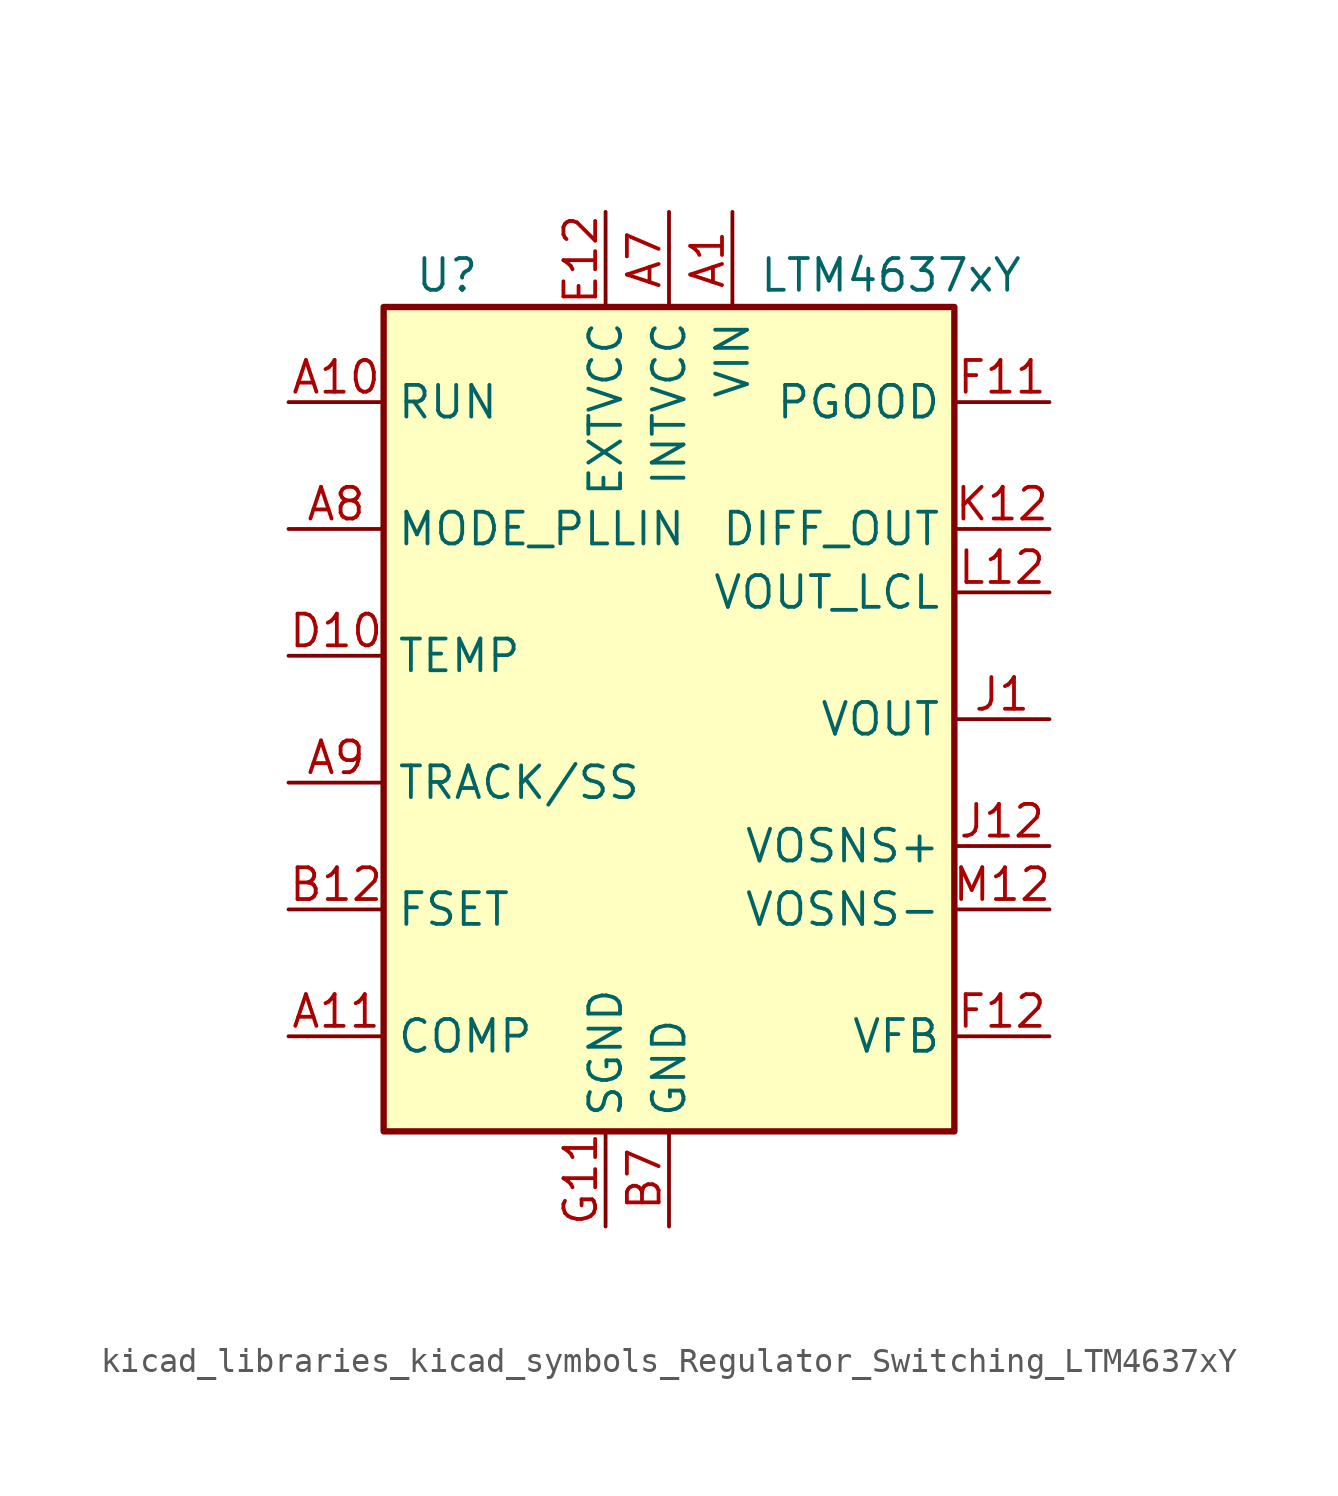
<source format=kicad_sym>
(kicad_symbol_lib
  (version 20220914)
  (generator kicad_symbol_editor)
  (symbol "kicad_libraries_kicad_symbols_Regulator_Switching_LTM4637xY"
    (property "Reference" "U"
      (at -8.89 17.78 0)
      (effects (font (size 1.27 1.27))))
    (property "Value" "LTM4637xY"
      (at 8.89 17.78 0)
      (effects (font (size 1.27 1.27))))
    (symbol "kicad_libraries_kicad_symbols_Regulator_Switching_LTM4637xY_0_1"
      (rectangle (start 11.43 16.51) (end -11.43 -16.51) (stroke (width 0.254) (type default)) (fill (type background))))
    (symbol "kicad_libraries_kicad_symbols_Regulator_Switching_LTM4637xY_1_1"
      (pin power_in line (at 2.54 20.32 270) (length 3.81) (name "VIN" (effects (font (size 1.27 1.27)))) (number "A1" (effects (font (size 1.27 1.27)))))
      (pin input line (at -15.24 12.7 0) (length 3.81) (name "RUN" (effects (font (size 1.27 1.27)))) (number "A10" (effects (font (size 1.27 1.27)))))
      (pin passive line (at -15.24 -12.7 0) (length 3.81) (name "COMP" (effects (font (size 1.27 1.27)))) (number "A11" (effects (font (size 1.27 1.27)))))
      (pin no_connect line (at -10.16 -15.24 90) (length 2.54) hide (name "MTP1" (effects (font (size 1.27 1.27)))) (number "A12" (effects (font (size 1.27 1.27)))))
      (pin passive line (at 2.54 20.32 270) (length 3.81) hide (name "VIN" (effects (font (size 1.27 1.27)))) (number "A2" (effects (font (size 1.27 1.27)))))
      (pin passive line (at 2.54 20.32 270) (length 3.81) hide (name "VIN" (effects (font (size 1.27 1.27)))) (number "A3" (effects (font (size 1.27 1.27)))))
      (pin passive line (at 2.54 20.32 270) (length 3.81) hide (name "VIN" (effects (font (size 1.27 1.27)))) (number "A4" (effects (font (size 1.27 1.27)))))
      (pin passive line (at 2.54 20.32 270) (length 3.81) hide (name "VIN" (effects (font (size 1.27 1.27)))) (number "A5" (effects (font (size 1.27 1.27)))))
      (pin passive line (at 2.54 20.32 270) (length 3.81) hide (name "VIN" (effects (font (size 1.27 1.27)))) (number "A6" (effects (font (size 1.27 1.27)))))
      (pin power_out line (at 0 20.32 270) (length 3.81) (name "INTVCC" (effects (font (size 1.27 1.27)))) (number "A7" (effects (font (size 1.27 1.27)))))
      (pin input line (at -15.24 7.62 0) (length 3.81) (name "MODE_PLLIN" (effects (font (size 1.27 1.27)))) (number "A8" (effects (font (size 1.27 1.27)))))
      (pin passive line (at -15.24 -2.54 0) (length 3.81) (name "TRACK/SS" (effects (font (size 1.27 1.27)))) (number "A9" (effects (font (size 1.27 1.27)))))
      (pin passive line (at 2.54 20.32 270) (length 3.81) hide (name "VIN" (effects (font (size 1.27 1.27)))) (number "B1" (effects (font (size 1.27 1.27)))))
      (pin no_connect line (at -7.62 -15.24 90) (length 2.54) hide (name "MTP2" (effects (font (size 1.27 1.27)))) (number "B11" (effects (font (size 1.27 1.27)))))
      (pin passive line (at -15.24 -7.62 0) (length 3.81) (name "FSET" (effects (font (size 1.27 1.27)))) (number "B12" (effects (font (size 1.27 1.27)))))
      (pin passive line (at 2.54 20.32 270) (length 3.81) hide (name "VIN" (effects (font (size 1.27 1.27)))) (number "B2" (effects (font (size 1.27 1.27)))))
      (pin passive line (at 2.54 20.32 270) (length 3.81) hide (name "VIN" (effects (font (size 1.27 1.27)))) (number "B3" (effects (font (size 1.27 1.27)))))
      (pin passive line (at 2.54 20.32 270) (length 3.81) hide (name "VIN" (effects (font (size 1.27 1.27)))) (number "B4" (effects (font (size 1.27 1.27)))))
      (pin passive line (at 2.54 20.32 270) (length 3.81) hide (name "VIN" (effects (font (size 1.27 1.27)))) (number "B5" (effects (font (size 1.27 1.27)))))
      (pin passive line (at 2.54 20.32 270) (length 3.81) hide (name "VIN" (effects (font (size 1.27 1.27)))) (number "B6" (effects (font (size 1.27 1.27)))))
      (pin power_in line (at 0 -20.32 90) (length 3.81) (name "GND" (effects (font (size 1.27 1.27)))) (number "B7" (effects (font (size 1.27 1.27)))))
      (pin passive line (at 0 -20.32 90) (length 3.81) hide (name "GND" (effects (font (size 1.27 1.27)))) (number "B9" (effects (font (size 1.27 1.27)))))
      (pin passive line (at 2.54 20.32 270) (length 3.81) hide (name "VIN" (effects (font (size 1.27 1.27)))) (number "C1" (effects (font (size 1.27 1.27)))))
      (pin no_connect line (at -5.08 -15.24 90) (length 2.54) hide (name "MTP3" (effects (font (size 1.27 1.27)))) (number "C10" (effects (font (size 1.27 1.27)))))
      (pin no_connect line (at 2.54 -15.24 90) (length 2.54) hide (name "MTP4" (effects (font (size 1.27 1.27)))) (number "C11" (effects (font (size 1.27 1.27)))))
      (pin no_connect line (at 5.08 -15.24 90) (length 2.54) hide (name "MTP5" (effects (font (size 1.27 1.27)))) (number "C12" (effects (font (size 1.27 1.27)))))
      (pin passive line (at 2.54 20.32 270) (length 3.81) hide (name "VIN" (effects (font (size 1.27 1.27)))) (number "C2" (effects (font (size 1.27 1.27)))))
      (pin passive line (at 2.54 20.32 270) (length 3.81) hide (name "VIN" (effects (font (size 1.27 1.27)))) (number "C3" (effects (font (size 1.27 1.27)))))
      (pin passive line (at 2.54 20.32 270) (length 3.81) hide (name "VIN" (effects (font (size 1.27 1.27)))) (number "C4" (effects (font (size 1.27 1.27)))))
      (pin passive line (at 2.54 20.32 270) (length 3.81) hide (name "VIN" (effects (font (size 1.27 1.27)))) (number "C5" (effects (font (size 1.27 1.27)))))
      (pin passive line (at 2.54 20.32 270) (length 3.81) hide (name "VIN" (effects (font (size 1.27 1.27)))) (number "C6" (effects (font (size 1.27 1.27)))))
      (pin passive line (at 0 -20.32 90) (length 3.81) hide (name "GND" (effects (font (size 1.27 1.27)))) (number "C7" (effects (font (size 1.27 1.27)))))
      (pin passive line (at 0 -20.32 90) (length 3.81) hide (name "GND" (effects (font (size 1.27 1.27)))) (number "C9" (effects (font (size 1.27 1.27)))))
      (pin passive line (at 0 -20.32 90) (length 3.81) hide (name "GND" (effects (font (size 1.27 1.27)))) (number "D1" (effects (font (size 1.27 1.27)))))
      (pin passive line (at -15.24 2.54 0) (length 3.81) (name "TEMP" (effects (font (size 1.27 1.27)))) (number "D10" (effects (font (size 1.27 1.27)))))
      (pin no_connect line (at 7.62 -15.24 90) (length 2.54) hide (name "MTP6" (effects (font (size 1.27 1.27)))) (number "D11" (effects (font (size 1.27 1.27)))))
      (pin no_connect line (at 10.16 -15.24 90) (length 2.54) hide (name "MTP7" (effects (font (size 1.27 1.27)))) (number "D12" (effects (font (size 1.27 1.27)))))
      (pin passive line (at 0 -20.32 90) (length 3.81) hide (name "GND" (effects (font (size 1.27 1.27)))) (number "D2" (effects (font (size 1.27 1.27)))))
      (pin passive line (at 0 -20.32 90) (length 3.81) hide (name "GND" (effects (font (size 1.27 1.27)))) (number "D3" (effects (font (size 1.27 1.27)))))
      (pin passive line (at 0 -20.32 90) (length 3.81) hide (name "GND" (effects (font (size 1.27 1.27)))) (number "D4" (effects (font (size 1.27 1.27)))))
      (pin passive line (at 0 -20.32 90) (length 3.81) hide (name "GND" (effects (font (size 1.27 1.27)))) (number "D5" (effects (font (size 1.27 1.27)))))
      (pin passive line (at 0 -20.32 90) (length 3.81) hide (name "GND" (effects (font (size 1.27 1.27)))) (number "D6" (effects (font (size 1.27 1.27)))))
      (pin passive line (at 0 -20.32 90) (length 3.81) hide (name "GND" (effects (font (size 1.27 1.27)))) (number "D8" (effects (font (size 1.27 1.27)))))
      (pin passive line (at 0 20.32 270) (length 3.81) hide (name "INTVCC" (effects (font (size 1.27 1.27)))) (number "D9" (effects (font (size 1.27 1.27)))))
      (pin passive line (at 0 -20.32 90) (length 3.81) hide (name "GND" (effects (font (size 1.27 1.27)))) (number "E1" (effects (font (size 1.27 1.27)))))
      (pin power_in line (at -2.54 20.32 270) (length 3.81) (name "EXTVCC" (effects (font (size 1.27 1.27)))) (number "E12" (effects (font (size 1.27 1.27)))))
      (pin passive line (at 0 -20.32 90) (length 3.81) hide (name "GND" (effects (font (size 1.27 1.27)))) (number "E2" (effects (font (size 1.27 1.27)))))
      (pin passive line (at 0 -20.32 90) (length 3.81) hide (name "GND" (effects (font (size 1.27 1.27)))) (number "E3" (effects (font (size 1.27 1.27)))))
      (pin passive line (at 0 -20.32 90) (length 3.81) hide (name "GND" (effects (font (size 1.27 1.27)))) (number "E4" (effects (font (size 1.27 1.27)))))
      (pin passive line (at 0 -20.32 90) (length 3.81) hide (name "GND" (effects (font (size 1.27 1.27)))) (number "E5" (effects (font (size 1.27 1.27)))))
      (pin passive line (at 0 -20.32 90) (length 3.81) hide (name "GND" (effects (font (size 1.27 1.27)))) (number "E6" (effects (font (size 1.27 1.27)))))
      (pin passive line (at 0 -20.32 90) (length 3.81) hide (name "GND" (effects (font (size 1.27 1.27)))) (number "E7" (effects (font (size 1.27 1.27)))))
      (pin passive line (at 0 -20.32 90) (length 3.81) hide (name "GND" (effects (font (size 1.27 1.27)))) (number "E9" (effects (font (size 1.27 1.27)))))
      (pin passive line (at 0 -20.32 90) (length 3.81) hide (name "GND" (effects (font (size 1.27 1.27)))) (number "F1" (effects (font (size 1.27 1.27)))))
      (pin open_collector line (at 15.24 12.7 180) (length 3.81) (name "PGOOD" (effects (font (size 1.27 1.27)))) (number "F11" (effects (font (size 1.27 1.27)))))
      (pin input line (at 15.24 -12.7 180) (length 3.81) (name "VFB" (effects (font (size 1.27 1.27)))) (number "F12" (effects (font (size 1.27 1.27)))))
      (pin passive line (at 0 -20.32 90) (length 3.81) hide (name "GND" (effects (font (size 1.27 1.27)))) (number "F2" (effects (font (size 1.27 1.27)))))
      (pin passive line (at 0 -20.32 90) (length 3.81) hide (name "GND" (effects (font (size 1.27 1.27)))) (number "F3" (effects (font (size 1.27 1.27)))))
      (pin passive line (at 0 -20.32 90) (length 3.81) hide (name "GND" (effects (font (size 1.27 1.27)))) (number "F4" (effects (font (size 1.27 1.27)))))
      (pin passive line (at 0 -20.32 90) (length 3.81) hide (name "GND" (effects (font (size 1.27 1.27)))) (number "F5" (effects (font (size 1.27 1.27)))))
      (pin passive line (at 0 -20.32 90) (length 3.81) hide (name "GND" (effects (font (size 1.27 1.27)))) (number "F6" (effects (font (size 1.27 1.27)))))
      (pin passive line (at 0 -20.32 90) (length 3.81) hide (name "GND" (effects (font (size 1.27 1.27)))) (number "F7" (effects (font (size 1.27 1.27)))))
      (pin passive line (at 0 -20.32 90) (length 3.81) hide (name "GND" (effects (font (size 1.27 1.27)))) (number "F8" (effects (font (size 1.27 1.27)))))
      (pin passive line (at 0 -20.32 90) (length 3.81) hide (name "GND" (effects (font (size 1.27 1.27)))) (number "F9" (effects (font (size 1.27 1.27)))))
      (pin passive line (at 0 -20.32 90) (length 3.81) hide (name "GND" (effects (font (size 1.27 1.27)))) (number "G1" (effects (font (size 1.27 1.27)))))
      (pin power_in line (at -2.54 -20.32 90) (length 3.81) (name "SGND" (effects (font (size 1.27 1.27)))) (number "G11" (effects (font (size 1.27 1.27)))))
      (pin open_collector line (at 15.24 12.7 180) (length 3.81) hide (name "PGOOD" (effects (font (size 1.27 1.27)))) (number "G12" (effects (font (size 1.27 1.27)))))
      (pin passive line (at 0 -20.32 90) (length 3.81) hide (name "GND" (effects (font (size 1.27 1.27)))) (number "G2" (effects (font (size 1.27 1.27)))))
      (pin passive line (at 0 -20.32 90) (length 3.81) hide (name "GND" (effects (font (size 1.27 1.27)))) (number "G3" (effects (font (size 1.27 1.27)))))
      (pin passive line (at 0 -20.32 90) (length 3.81) hide (name "GND" (effects (font (size 1.27 1.27)))) (number "G4" (effects (font (size 1.27 1.27)))))
      (pin passive line (at 0 -20.32 90) (length 3.81) hide (name "GND" (effects (font (size 1.27 1.27)))) (number "G5" (effects (font (size 1.27 1.27)))))
      (pin passive line (at 0 -20.32 90) (length 3.81) hide (name "GND" (effects (font (size 1.27 1.27)))) (number "G6" (effects (font (size 1.27 1.27)))))
      (pin passive line (at 0 -20.32 90) (length 3.81) hide (name "GND" (effects (font (size 1.27 1.27)))) (number "G7" (effects (font (size 1.27 1.27)))))
      (pin passive line (at 0 -20.32 90) (length 3.81) hide (name "GND" (effects (font (size 1.27 1.27)))) (number "G8" (effects (font (size 1.27 1.27)))))
      (pin passive line (at 0 -20.32 90) (length 3.81) hide (name "GND" (effects (font (size 1.27 1.27)))) (number "G9" (effects (font (size 1.27 1.27)))))
      (pin passive line (at 0 -20.32 90) (length 3.81) hide (name "GND" (effects (font (size 1.27 1.27)))) (number "H1" (effects (font (size 1.27 1.27)))))
      (pin passive line (at -2.54 -20.32 90) (length 3.81) hide (name "SGND" (effects (font (size 1.27 1.27)))) (number "H11" (effects (font (size 1.27 1.27)))))
      (pin passive line (at -2.54 -20.32 90) (length 3.81) hide (name "SGND" (effects (font (size 1.27 1.27)))) (number "H12" (effects (font (size 1.27 1.27)))))
      (pin passive line (at 0 -20.32 90) (length 3.81) hide (name "GND" (effects (font (size 1.27 1.27)))) (number "H2" (effects (font (size 1.27 1.27)))))
      (pin passive line (at 0 -20.32 90) (length 3.81) hide (name "GND" (effects (font (size 1.27 1.27)))) (number "H3" (effects (font (size 1.27 1.27)))))
      (pin passive line (at 0 -20.32 90) (length 3.81) hide (name "GND" (effects (font (size 1.27 1.27)))) (number "H4" (effects (font (size 1.27 1.27)))))
      (pin passive line (at 0 -20.32 90) (length 3.81) hide (name "GND" (effects (font (size 1.27 1.27)))) (number "H5" (effects (font (size 1.27 1.27)))))
      (pin passive line (at 0 -20.32 90) (length 3.81) hide (name "GND" (effects (font (size 1.27 1.27)))) (number "H6" (effects (font (size 1.27 1.27)))))
      (pin passive line (at 0 -20.32 90) (length 3.81) hide (name "GND" (effects (font (size 1.27 1.27)))) (number "H7" (effects (font (size 1.27 1.27)))))
      (pin passive line (at 0 -20.32 90) (length 3.81) hide (name "GND" (effects (font (size 1.27 1.27)))) (number "H8" (effects (font (size 1.27 1.27)))))
      (pin passive line (at 0 -20.32 90) (length 3.81) hide (name "GND" (effects (font (size 1.27 1.27)))) (number "H9" (effects (font (size 1.27 1.27)))))
      (pin power_out line (at 15.24 0 180) (length 3.81) (name "VOUT" (effects (font (size 1.27 1.27)))) (number "J1" (effects (font (size 1.27 1.27)))))
      (pin passive line (at 15.24 0 180) (length 3.81) hide (name "VOUT" (effects (font (size 1.27 1.27)))) (number "J10" (effects (font (size 1.27 1.27)))))
      (pin input line (at 15.24 -5.08 180) (length 3.81) (name "VOSNS+" (effects (font (size 1.27 1.27)))) (number "J12" (effects (font (size 1.27 1.27)))))
      (pin passive line (at 15.24 0 180) (length 3.81) hide (name "VOUT" (effects (font (size 1.27 1.27)))) (number "J2" (effects (font (size 1.27 1.27)))))
      (pin passive line (at 15.24 0 180) (length 3.81) hide (name "VOUT" (effects (font (size 1.27 1.27)))) (number "J3" (effects (font (size 1.27 1.27)))))
      (pin passive line (at 15.24 0 180) (length 3.81) hide (name "VOUT" (effects (font (size 1.27 1.27)))) (number "J4" (effects (font (size 1.27 1.27)))))
      (pin passive line (at 15.24 0 180) (length 3.81) hide (name "VOUT" (effects (font (size 1.27 1.27)))) (number "J5" (effects (font (size 1.27 1.27)))))
      (pin passive line (at 15.24 0 180) (length 3.81) hide (name "VOUT" (effects (font (size 1.27 1.27)))) (number "J6" (effects (font (size 1.27 1.27)))))
      (pin passive line (at 15.24 0 180) (length 3.81) hide (name "VOUT" (effects (font (size 1.27 1.27)))) (number "J7" (effects (font (size 1.27 1.27)))))
      (pin passive line (at 15.24 0 180) (length 3.81) hide (name "VOUT" (effects (font (size 1.27 1.27)))) (number "J8" (effects (font (size 1.27 1.27)))))
      (pin passive line (at 15.24 0 180) (length 3.81) hide (name "VOUT" (effects (font (size 1.27 1.27)))) (number "J9" (effects (font (size 1.27 1.27)))))
      (pin passive line (at 15.24 0 180) (length 3.81) hide (name "VOUT" (effects (font (size 1.27 1.27)))) (number "K1" (effects (font (size 1.27 1.27)))))
      (pin passive line (at 15.24 0 180) (length 3.81) hide (name "VOUT" (effects (font (size 1.27 1.27)))) (number "K10" (effects (font (size 1.27 1.27)))))
      (pin passive line (at 15.24 0 180) (length 3.81) hide (name "VOUT" (effects (font (size 1.27 1.27)))) (number "K11" (effects (font (size 1.27 1.27)))))
      (pin output line (at 15.24 7.62 180) (length 3.81) (name "DIFF_OUT" (effects (font (size 1.27 1.27)))) (number "K12" (effects (font (size 1.27 1.27)))))
      (pin passive line (at 15.24 0 180) (length 3.81) hide (name "VOUT" (effects (font (size 1.27 1.27)))) (number "K2" (effects (font (size 1.27 1.27)))))
      (pin passive line (at 15.24 0 180) (length 3.81) hide (name "VOUT" (effects (font (size 1.27 1.27)))) (number "K3" (effects (font (size 1.27 1.27)))))
      (pin passive line (at 15.24 0 180) (length 3.81) hide (name "VOUT" (effects (font (size 1.27 1.27)))) (number "K4" (effects (font (size 1.27 1.27)))))
      (pin passive line (at 15.24 0 180) (length 3.81) hide (name "VOUT" (effects (font (size 1.27 1.27)))) (number "K5" (effects (font (size 1.27 1.27)))))
      (pin passive line (at 15.24 0 180) (length 3.81) hide (name "VOUT" (effects (font (size 1.27 1.27)))) (number "K6" (effects (font (size 1.27 1.27)))))
      (pin passive line (at 15.24 0 180) (length 3.81) hide (name "VOUT" (effects (font (size 1.27 1.27)))) (number "K7" (effects (font (size 1.27 1.27)))))
      (pin passive line (at 15.24 0 180) (length 3.81) hide (name "VOUT" (effects (font (size 1.27 1.27)))) (number "K8" (effects (font (size 1.27 1.27)))))
      (pin passive line (at 15.24 0 180) (length 3.81) hide (name "VOUT" (effects (font (size 1.27 1.27)))) (number "K9" (effects (font (size 1.27 1.27)))))
      (pin passive line (at 15.24 0 180) (length 3.81) hide (name "VOUT" (effects (font (size 1.27 1.27)))) (number "L1" (effects (font (size 1.27 1.27)))))
      (pin passive line (at 15.24 0 180) (length 3.81) hide (name "VOUT" (effects (font (size 1.27 1.27)))) (number "L10" (effects (font (size 1.27 1.27)))))
      (pin passive line (at 15.24 0 180) (length 3.81) hide (name "VOUT" (effects (font (size 1.27 1.27)))) (number "L11" (effects (font (size 1.27 1.27)))))
      (pin input line (at 15.24 5.08 180) (length 3.81) (name "VOUT_LCL" (effects (font (size 1.27 1.27)))) (number "L12" (effects (font (size 1.27 1.27)))))
      (pin passive line (at 15.24 0 180) (length 3.81) hide (name "VOUT" (effects (font (size 1.27 1.27)))) (number "L2" (effects (font (size 1.27 1.27)))))
      (pin passive line (at 15.24 0 180) (length 3.81) hide (name "VOUT" (effects (font (size 1.27 1.27)))) (number "L3" (effects (font (size 1.27 1.27)))))
      (pin passive line (at 15.24 0 180) (length 3.81) hide (name "VOUT" (effects (font (size 1.27 1.27)))) (number "L4" (effects (font (size 1.27 1.27)))))
      (pin passive line (at 15.24 0 180) (length 3.81) hide (name "VOUT" (effects (font (size 1.27 1.27)))) (number "L5" (effects (font (size 1.27 1.27)))))
      (pin passive line (at 15.24 0 180) (length 3.81) hide (name "VOUT" (effects (font (size 1.27 1.27)))) (number "L6" (effects (font (size 1.27 1.27)))))
      (pin passive line (at 15.24 0 180) (length 3.81) hide (name "VOUT" (effects (font (size 1.27 1.27)))) (number "L7" (effects (font (size 1.27 1.27)))))
      (pin passive line (at 15.24 0 180) (length 3.81) hide (name "VOUT" (effects (font (size 1.27 1.27)))) (number "L8" (effects (font (size 1.27 1.27)))))
      (pin passive line (at 15.24 0 180) (length 3.81) hide (name "VOUT" (effects (font (size 1.27 1.27)))) (number "L9" (effects (font (size 1.27 1.27)))))
      (pin passive line (at 15.24 0 180) (length 3.81) hide (name "VOUT" (effects (font (size 1.27 1.27)))) (number "M1" (effects (font (size 1.27 1.27)))))
      (pin passive line (at 15.24 0 180) (length 3.81) hide (name "VOUT" (effects (font (size 1.27 1.27)))) (number "M10" (effects (font (size 1.27 1.27)))))
      (pin passive line (at 15.24 0 180) (length 3.81) hide (name "VOUT" (effects (font (size 1.27 1.27)))) (number "M11" (effects (font (size 1.27 1.27)))))
      (pin input line (at 15.24 -7.62 180) (length 3.81) (name "VOSNS-" (effects (font (size 1.27 1.27)))) (number "M12" (effects (font (size 1.27 1.27)))))
      (pin passive line (at 15.24 0 180) (length 3.81) hide (name "VOUT" (effects (font (size 1.27 1.27)))) (number "M2" (effects (font (size 1.27 1.27)))))
      (pin passive line (at 15.24 0 180) (length 3.81) hide (name "VOUT" (effects (font (size 1.27 1.27)))) (number "M3" (effects (font (size 1.27 1.27)))))
      (pin passive line (at 15.24 0 180) (length 3.81) hide (name "VOUT" (effects (font (size 1.27 1.27)))) (number "M4" (effects (font (size 1.27 1.27)))))
      (pin passive line (at 15.24 0 180) (length 3.81) hide (name "VOUT" (effects (font (size 1.27 1.27)))) (number "M5" (effects (font (size 1.27 1.27)))))
      (pin passive line (at 15.24 0 180) (length 3.81) hide (name "VOUT" (effects (font (size 1.27 1.27)))) (number "M6" (effects (font (size 1.27 1.27)))))
      (pin passive line (at 15.24 0 180) (length 3.81) hide (name "VOUT" (effects (font (size 1.27 1.27)))) (number "M7" (effects (font (size 1.27 1.27)))))
      (pin passive line (at 15.24 0 180) (length 3.81) hide (name "VOUT" (effects (font (size 1.27 1.27)))) (number "M8" (effects (font (size 1.27 1.27)))))
      (pin passive line (at 15.24 0 180) (length 3.81) hide (name "VOUT" (effects (font (size 1.27 1.27)))) (number "M9" (effects (font (size 1.27 1.27))))))))
</source>
